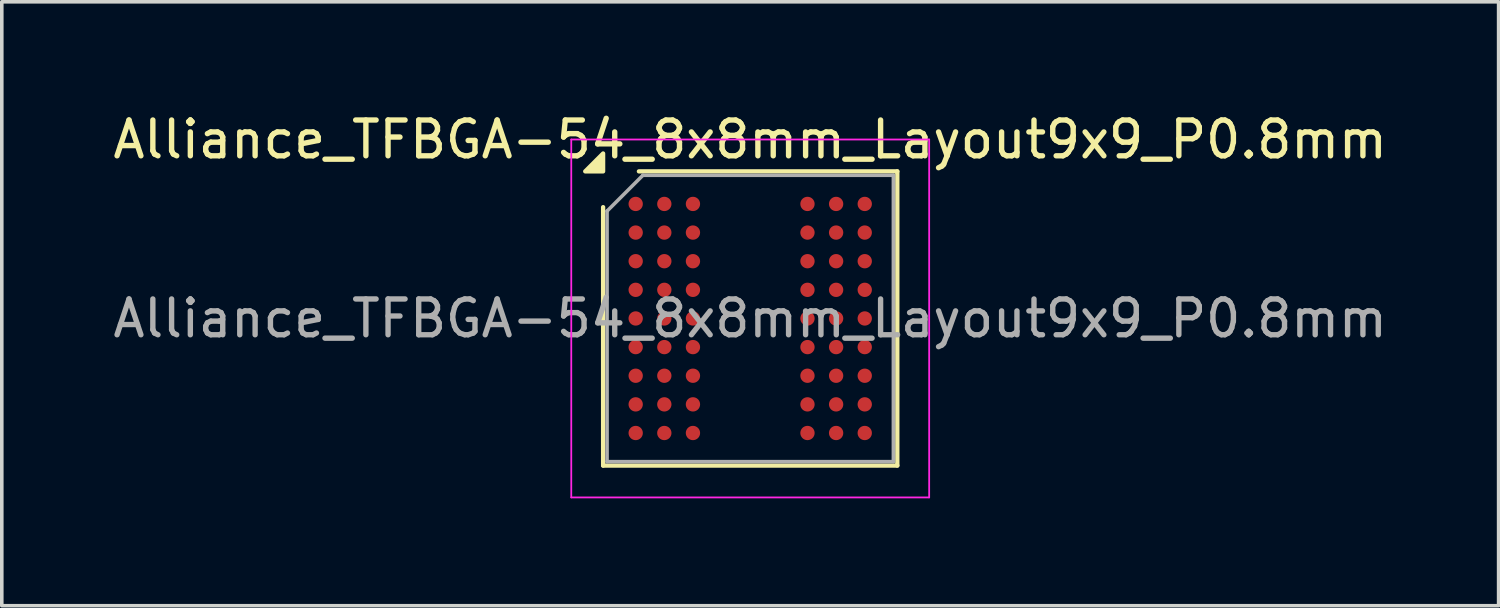
<source format=kicad_pcb>
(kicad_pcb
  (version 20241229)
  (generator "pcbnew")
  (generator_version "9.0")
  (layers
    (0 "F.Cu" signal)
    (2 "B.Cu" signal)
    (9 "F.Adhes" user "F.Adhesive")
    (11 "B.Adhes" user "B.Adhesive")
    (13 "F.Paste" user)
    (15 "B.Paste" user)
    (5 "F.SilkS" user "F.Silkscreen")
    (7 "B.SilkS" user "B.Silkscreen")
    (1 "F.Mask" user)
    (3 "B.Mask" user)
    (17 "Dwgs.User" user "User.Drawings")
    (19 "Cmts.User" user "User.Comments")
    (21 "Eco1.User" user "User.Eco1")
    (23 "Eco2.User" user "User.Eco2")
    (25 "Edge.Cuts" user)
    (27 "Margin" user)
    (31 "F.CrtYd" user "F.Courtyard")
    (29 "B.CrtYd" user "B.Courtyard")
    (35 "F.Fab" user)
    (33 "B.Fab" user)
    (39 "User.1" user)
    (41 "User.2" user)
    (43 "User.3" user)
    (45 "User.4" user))
  (footprint "Alliance_TFBGA-54_8x8mm_Layout9x9_P0.8mm"
    (layer "F.Cu")
    (at 17.911 5.848)
    (property "Reference" "Alliance_TFBGA-54_8x8mm_Layout9x9_P0.8mm" (at 0 -5 0) (layer "F.SilkS") (effects (font (size 1 1) (thickness 0.15))))
    (attr smd)
    (fp_line (start -4.11 4.11) (end -4.11 -3.11) (stroke (width 0.12) (type solid)) (layer "F.SilkS"))
    (fp_line (start -3.11 -4.11) (end 4.11 -4.11) (stroke (width 0.12) (type solid)) (layer "F.SilkS"))
    (fp_line (start 4.11 -4.11) (end 4.11 4.11) (stroke (width 0.12) (type solid)) (layer "F.SilkS"))
    (fp_line (start 4.11 4.11) (end -4.11 4.11) (stroke (width 0.12) (type solid)) (layer "F.SilkS"))
    (fp_poly (pts (xy -4.11 -4.11) (xy -4.61 -4.11) (xy -4.11 -4.61)) (stroke (width 0.12) (type solid)) (fill yes) (layer "F.SilkS"))
    (fp_line (start -5 -5) (end -5 5) (stroke (width 0.05) (type solid)) (layer "F.CrtYd"))
    (fp_line (start -5 5) (end 5 5) (stroke (width 0.05) (type solid)) (layer "F.CrtYd"))
    (fp_line (start 5 -5) (end -5 -5) (stroke (width 0.05) (type solid)) (layer "F.CrtYd"))
    (fp_line (start 5 5) (end 5 -5) (stroke (width 0.05) (type solid)) (layer "F.CrtYd"))
    (fp_line (start -4 -3) (end -3 -4) (stroke (width 0.1) (type solid)) (layer "F.Fab"))
    (fp_line (start -4 4) (end -4 -3) (stroke (width 0.1) (type solid)) (layer "F.Fab"))
    (fp_line (start -3 -4) (end 4 -4) (stroke (width 0.1) (type solid)) (layer "F.Fab"))
    (fp_line (start 4 -4) (end 4 4) (stroke (width 0.1) (type solid)) (layer "F.Fab"))
    (fp_line (start 4 4) (end -4 4) (stroke (width 0.1) (type solid)) (layer "F.Fab"))
    (fp_text user "${REFERENCE}" (at 0 0 0) (layer "F.Fab") (effects (font (size 1 1) (thickness 0.15))))
    (pad "A1" smd circle (at -3.2 -3.2) (size 0.4 0.4) (property pad_prop_bga) (layers "F.Cu" "F.Mask" "F.Paste"))
    (pad "A2" smd circle (at -2.4 -3.2) (size 0.4 0.4) (property pad_prop_bga) (layers "F.Cu" "F.Mask" "F.Paste"))
    (pad "A3" smd circle (at -1.6 -3.2) (size 0.4 0.4) (property pad_prop_bga) (layers "F.Cu" "F.Mask" "F.Paste"))
    (pad "A7" smd circle (at 1.6 -3.2) (size 0.4 0.4) (property pad_prop_bga) (layers "F.Cu" "F.Mask" "F.Paste"))
    (pad "A8" smd circle (at 2.4 -3.2) (size 0.4 0.4) (property pad_prop_bga) (layers "F.Cu" "F.Mask" "F.Paste"))
    (pad "A9" smd circle (at 3.2 -3.2) (size 0.4 0.4) (property pad_prop_bga) (layers "F.Cu" "F.Mask" "F.Paste"))
    (pad "B1" smd circle (at -3.2 -2.4) (size 0.4 0.4) (property pad_prop_bga) (layers "F.Cu" "F.Mask" "F.Paste"))
    (pad "B2" smd circle (at -2.4 -2.4) (size 0.4 0.4) (property pad_prop_bga) (layers "F.Cu" "F.Mask" "F.Paste"))
    (pad "B3" smd circle (at -1.6 -2.4) (size 0.4 0.4) (property pad_prop_bga) (layers "F.Cu" "F.Mask" "F.Paste"))
    (pad "B7" smd circle (at 1.6 -2.4) (size 0.4 0.4) (property pad_prop_bga) (layers "F.Cu" "F.Mask" "F.Paste"))
    (pad "B8" smd circle (at 2.4 -2.4) (size 0.4 0.4) (property pad_prop_bga) (layers "F.Cu" "F.Mask" "F.Paste"))
    (pad "B9" smd circle (at 3.2 -2.4) (size 0.4 0.4) (property pad_prop_bga) (layers "F.Cu" "F.Mask" "F.Paste"))
    (pad "C1" smd circle (at -3.2 -1.6) (size 0.4 0.4) (property pad_prop_bga) (layers "F.Cu" "F.Mask" "F.Paste"))
    (pad "C2" smd circle (at -2.4 -1.6) (size 0.4 0.4) (property pad_prop_bga) (layers "F.Cu" "F.Mask" "F.Paste"))
    (pad "C3" smd circle (at -1.6 -1.6) (size 0.4 0.4) (property pad_prop_bga) (layers "F.Cu" "F.Mask" "F.Paste"))
    (pad "C7" smd circle (at 1.6 -1.6) (size 0.4 0.4) (property pad_prop_bga) (layers "F.Cu" "F.Mask" "F.Paste"))
    (pad "C8" smd circle (at 2.4 -1.6) (size 0.4 0.4) (property pad_prop_bga) (layers "F.Cu" "F.Mask" "F.Paste"))
    (pad "C9" smd circle (at 3.2 -1.6) (size 0.4 0.4) (property pad_prop_bga) (layers "F.Cu" "F.Mask" "F.Paste"))
    (pad "D1" smd circle (at -3.2 -0.8) (size 0.4 0.4) (property pad_prop_bga) (layers "F.Cu" "F.Mask" "F.Paste"))
    (pad "D2" smd circle (at -2.4 -0.8) (size 0.4 0.4) (property pad_prop_bga) (layers "F.Cu" "F.Mask" "F.Paste"))
    (pad "D3" smd circle (at -1.6 -0.8) (size 0.4 0.4) (property pad_prop_bga) (layers "F.Cu" "F.Mask" "F.Paste"))
    (pad "D7" smd circle (at 1.6 -0.8) (size 0.4 0.4) (property pad_prop_bga) (layers "F.Cu" "F.Mask" "F.Paste"))
    (pad "D8" smd circle (at 2.4 -0.8) (size 0.4 0.4) (property pad_prop_bga) (layers "F.Cu" "F.Mask" "F.Paste"))
    (pad "D9" smd circle (at 3.2 -0.8) (size 0.4 0.4) (property pad_prop_bga) (layers "F.Cu" "F.Mask" "F.Paste"))
    (pad "E1" smd circle (at -3.2 0) (size 0.4 0.4) (property pad_prop_bga) (layers "F.Cu" "F.Mask" "F.Paste"))
    (pad "E2" smd circle (at -2.4 0) (size 0.4 0.4) (property pad_prop_bga) (layers "F.Cu" "F.Mask" "F.Paste"))
    (pad "E3" smd circle (at -1.6 0) (size 0.4 0.4) (property pad_prop_bga) (layers "F.Cu" "F.Mask" "F.Paste"))
    (pad "E7" smd circle (at 1.6 0) (size 0.4 0.4) (property pad_prop_bga) (layers "F.Cu" "F.Mask" "F.Paste"))
    (pad "E8" smd circle (at 2.4 0) (size 0.4 0.4) (property pad_prop_bga) (layers "F.Cu" "F.Mask" "F.Paste"))
    (pad "E9" smd circle (at 3.2 0) (size 0.4 0.4) (property pad_prop_bga) (layers "F.Cu" "F.Mask" "F.Paste"))
    (pad "F1" smd circle (at -3.2 0.8) (size 0.4 0.4) (property pad_prop_bga) (layers "F.Cu" "F.Mask" "F.Paste"))
    (pad "F2" smd circle (at -2.4 0.8) (size 0.4 0.4) (property pad_prop_bga) (layers "F.Cu" "F.Mask" "F.Paste"))
    (pad "F3" smd circle (at -1.6 0.8) (size 0.4 0.4) (property pad_prop_bga) (layers "F.Cu" "F.Mask" "F.Paste"))
    (pad "F7" smd circle (at 1.6 0.8) (size 0.4 0.4) (property pad_prop_bga) (layers "F.Cu" "F.Mask" "F.Paste"))
    (pad "F8" smd circle (at 2.4 0.8) (size 0.4 0.4) (property pad_prop_bga) (layers "F.Cu" "F.Mask" "F.Paste"))
    (pad "F9" smd circle (at 3.2 0.8) (size 0.4 0.4) (property pad_prop_bga) (layers "F.Cu" "F.Mask" "F.Paste"))
    (pad "G1" smd circle (at -3.2 1.6) (size 0.4 0.4) (property pad_prop_bga) (layers "F.Cu" "F.Mask" "F.Paste"))
    (pad "G2" smd circle (at -2.4 1.6) (size 0.4 0.4) (property pad_prop_bga) (layers "F.Cu" "F.Mask" "F.Paste"))
    (pad "G3" smd circle (at -1.6 1.6) (size 0.4 0.4) (property pad_prop_bga) (layers "F.Cu" "F.Mask" "F.Paste"))
    (pad "G7" smd circle (at 1.6 1.6) (size 0.4 0.4) (property pad_prop_bga) (layers "F.Cu" "F.Mask" "F.Paste"))
    (pad "G8" smd circle (at 2.4 1.6) (size 0.4 0.4) (property pad_prop_bga) (layers "F.Cu" "F.Mask" "F.Paste"))
    (pad "G9" smd circle (at 3.2 1.6) (size 0.4 0.4) (property pad_prop_bga) (layers "F.Cu" "F.Mask" "F.Paste"))
    (pad "H1" smd circle (at -3.2 2.4) (size 0.4 0.4) (property pad_prop_bga) (layers "F.Cu" "F.Mask" "F.Paste"))
    (pad "H2" smd circle (at -2.4 2.4) (size 0.4 0.4) (property pad_prop_bga) (layers "F.Cu" "F.Mask" "F.Paste"))
    (pad "H3" smd circle (at -1.6 2.4) (size 0.4 0.4) (property pad_prop_bga) (layers "F.Cu" "F.Mask" "F.Paste"))
    (pad "H7" smd circle (at 1.6 2.4) (size 0.4 0.4) (property pad_prop_bga) (layers "F.Cu" "F.Mask" "F.Paste"))
    (pad "H8" smd circle (at 2.4 2.4) (size 0.4 0.4) (property pad_prop_bga) (layers "F.Cu" "F.Mask" "F.Paste"))
    (pad "H9" smd circle (at 3.2 2.4) (size 0.4 0.4) (property pad_prop_bga) (layers "F.Cu" "F.Mask" "F.Paste"))
    (pad "J1" smd circle (at -3.2 3.2) (size 0.4 0.4) (property pad_prop_bga) (layers "F.Cu" "F.Mask" "F.Paste"))
    (pad "J2" smd circle (at -2.4 3.2) (size 0.4 0.4) (property pad_prop_bga) (layers "F.Cu" "F.Mask" "F.Paste"))
    (pad "J3" smd circle (at -1.6 3.2) (size 0.4 0.4) (property pad_prop_bga) (layers "F.Cu" "F.Mask" "F.Paste"))
    (pad "J7" smd circle (at 1.6 3.2) (size 0.4 0.4) (property pad_prop_bga) (layers "F.Cu" "F.Mask" "F.Paste"))
    (pad "J8" smd circle (at 2.4 3.2) (size 0.4 0.4) (property pad_prop_bga) (layers "F.Cu" "F.Mask" "F.Paste"))
    (pad "J9" smd circle (at 3.2 3.2) (size 0.4 0.4) (property pad_prop_bga) (layers "F.Cu" "F.Mask" "F.Paste")))
  (gr_rect
    (start -3 -3)
    (end 38.821 13.873)
    (stroke (width 0.1) (type default))
    (fill no)
    (layer "Edge.Cuts")))
</source>
